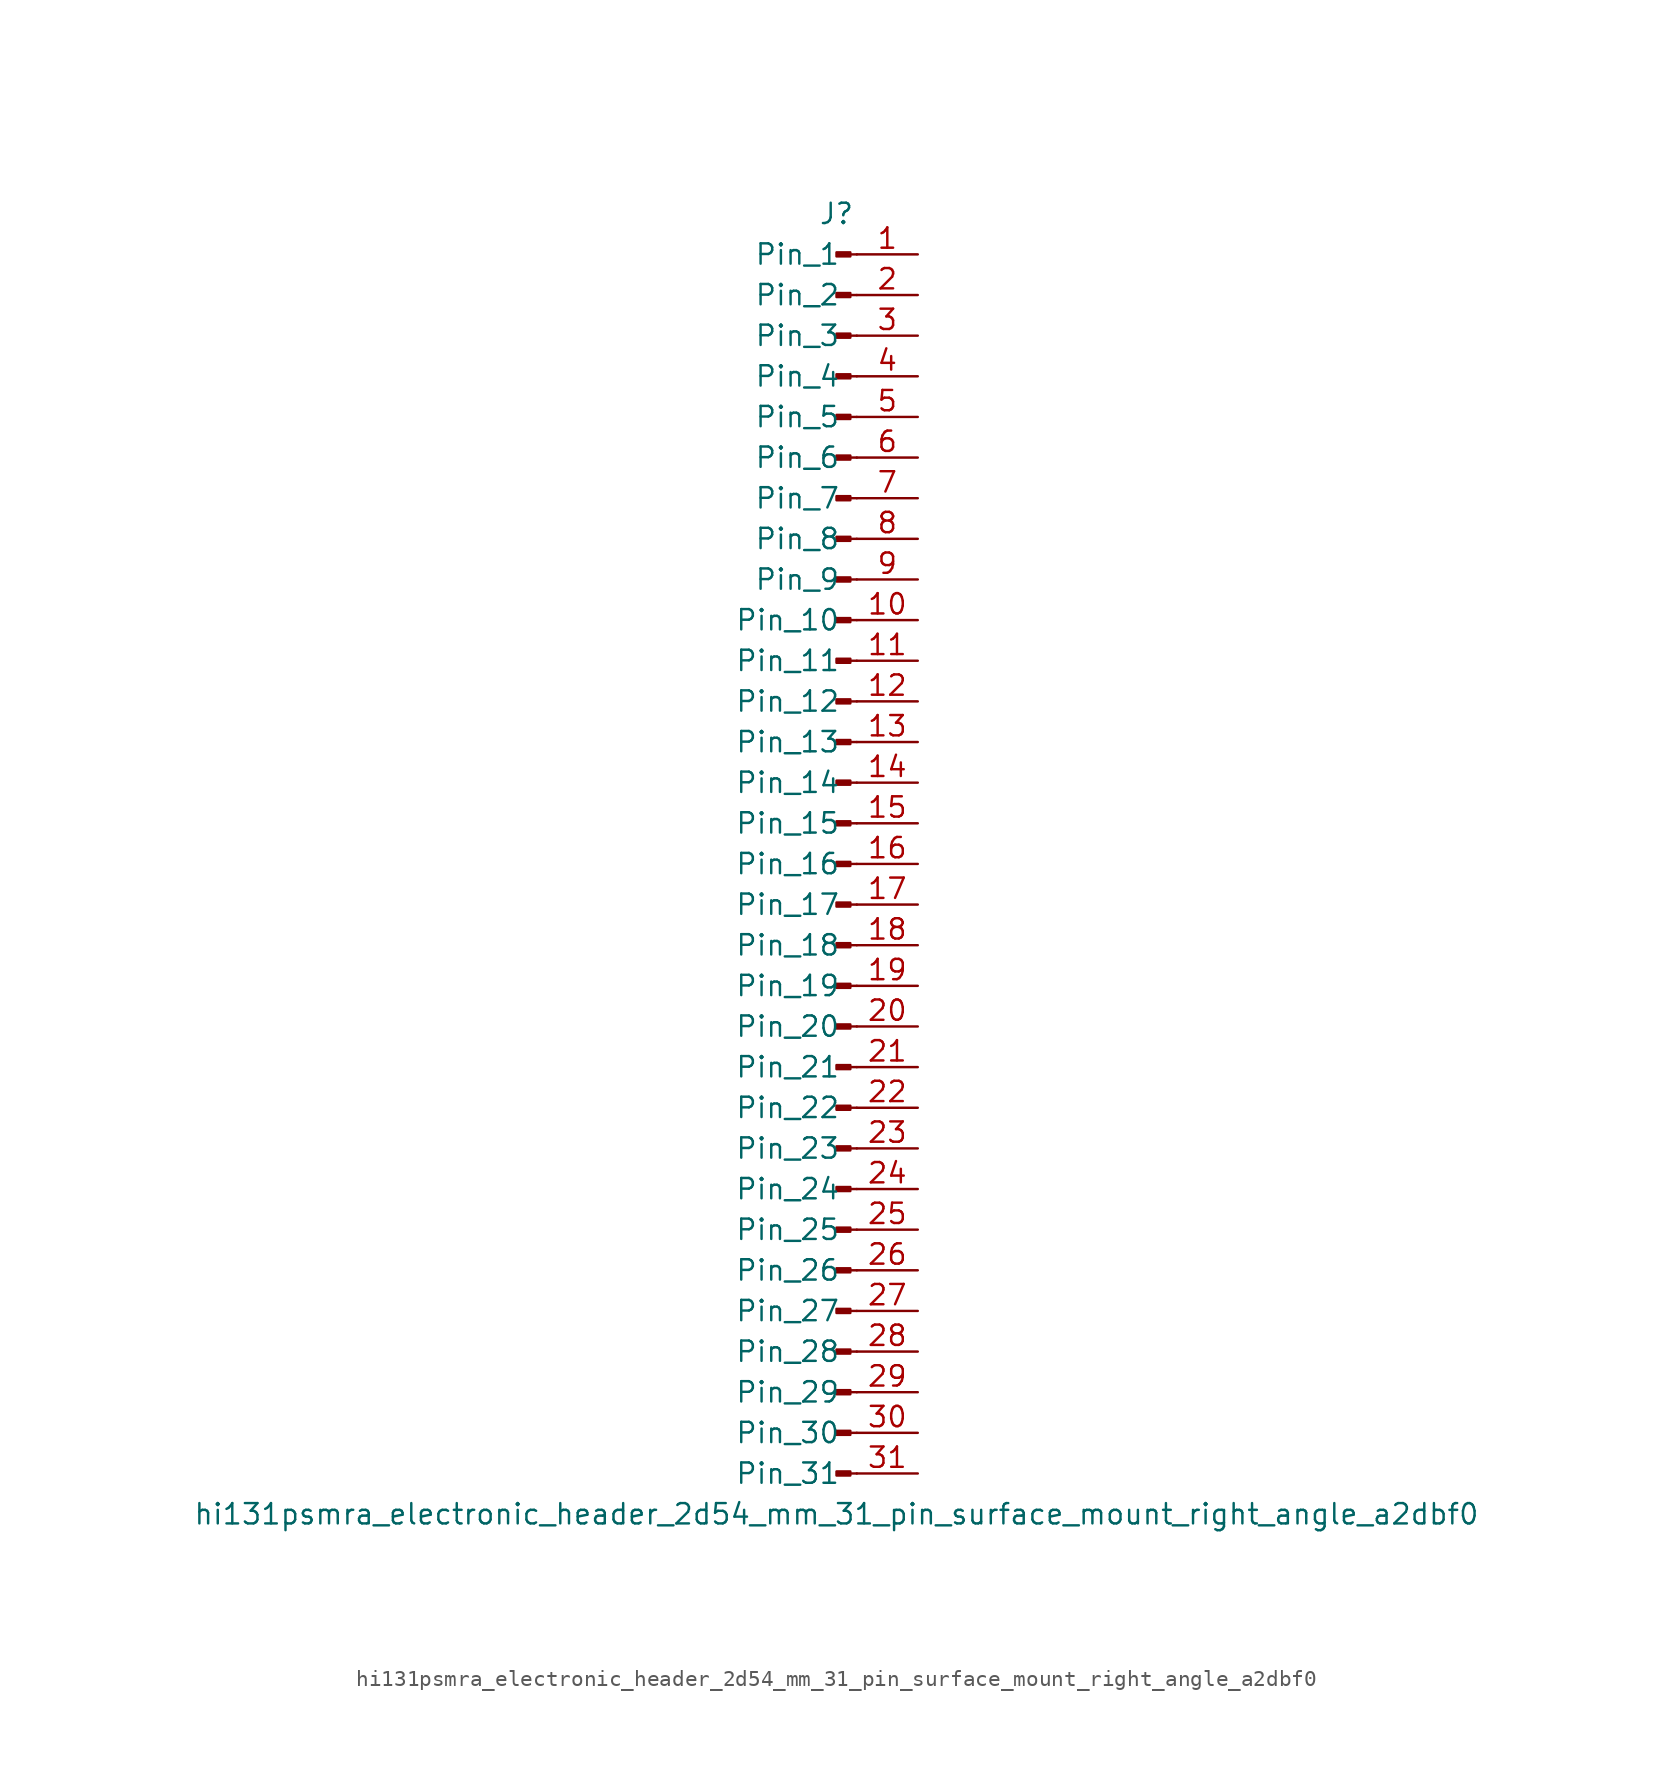
<source format=kicad_sym>
(kicad_symbol_lib
  (version 20220914)
  (generator kicad_symbol_editor)
  (symbol "hi131psmra_electronic_header_2d54_mm_31_pin_surface_mount_right_angle_a2dbf0"
    (pin_names
      (offset 1.016))
    (property "Reference" "J"
      (at 0 40.64 0)
      (effects (font (size 1.27 1.27))))
    (property "Value" "hi131psmra_electronic_header_2d54_mm_31_pin_surface_mount_right_angle_a2dbf0"
      (at 0 -40.64 0)
      (effects (font (size 1.27 1.27))))
    (property "ki_locked" ""
      (at 0 0 0)
      (effects (font (size 1.27 1.27))))
    (symbol "hi131psmra_electronic_header_2d54_mm_31_pin_surface_mount_right_angle_a2dbf0_1_1"
      (polyline (pts (xy 1.27 -38.1) (xy 0.864 -38.1)) (stroke (width 0.152) (type default)) (fill (type none)))
      (polyline (pts (xy 1.27 -35.56) (xy 0.864 -35.56)) (stroke (width 0.152) (type default)) (fill (type none)))
      (polyline (pts (xy 1.27 -33.02) (xy 0.864 -33.02)) (stroke (width 0.152) (type default)) (fill (type none)))
      (polyline (pts (xy 1.27 -30.48) (xy 0.864 -30.48)) (stroke (width 0.152) (type default)) (fill (type none)))
      (polyline (pts (xy 1.27 -27.94) (xy 0.864 -27.94)) (stroke (width 0.152) (type default)) (fill (type none)))
      (polyline (pts (xy 1.27 -25.4) (xy 0.864 -25.4)) (stroke (width 0.152) (type default)) (fill (type none)))
      (polyline (pts (xy 1.27 -22.86) (xy 0.864 -22.86)) (stroke (width 0.152) (type default)) (fill (type none)))
      (polyline (pts (xy 1.27 -20.32) (xy 0.864 -20.32)) (stroke (width 0.152) (type default)) (fill (type none)))
      (polyline (pts (xy 1.27 -17.78) (xy 0.864 -17.78)) (stroke (width 0.152) (type default)) (fill (type none)))
      (polyline (pts (xy 1.27 -15.24) (xy 0.864 -15.24)) (stroke (width 0.152) (type default)) (fill (type none)))
      (polyline (pts (xy 1.27 -12.7) (xy 0.864 -12.7)) (stroke (width 0.152) (type default)) (fill (type none)))
      (polyline (pts (xy 1.27 -10.16) (xy 0.864 -10.16)) (stroke (width 0.152) (type default)) (fill (type none)))
      (polyline (pts (xy 1.27 -7.62) (xy 0.864 -7.62)) (stroke (width 0.152) (type default)) (fill (type none)))
      (polyline (pts (xy 1.27 -5.08) (xy 0.864 -5.08)) (stroke (width 0.152) (type default)) (fill (type none)))
      (polyline (pts (xy 1.27 -2.54) (xy 0.864 -2.54)) (stroke (width 0.152) (type default)) (fill (type none)))
      (polyline (pts (xy 1.27 0) (xy 0.864 0)) (stroke (width 0.152) (type default)) (fill (type none)))
      (polyline (pts (xy 1.27 2.54) (xy 0.864 2.54)) (stroke (width 0.152) (type default)) (fill (type none)))
      (polyline (pts (xy 1.27 5.08) (xy 0.864 5.08)) (stroke (width 0.152) (type default)) (fill (type none)))
      (polyline (pts (xy 1.27 7.62) (xy 0.864 7.62)) (stroke (width 0.152) (type default)) (fill (type none)))
      (polyline (pts (xy 1.27 10.16) (xy 0.864 10.16)) (stroke (width 0.152) (type default)) (fill (type none)))
      (polyline (pts (xy 1.27 12.7) (xy 0.864 12.7)) (stroke (width 0.152) (type default)) (fill (type none)))
      (polyline (pts (xy 1.27 15.24) (xy 0.864 15.24)) (stroke (width 0.152) (type default)) (fill (type none)))
      (polyline (pts (xy 1.27 17.78) (xy 0.864 17.78)) (stroke (width 0.152) (type default)) (fill (type none)))
      (polyline (pts (xy 1.27 20.32) (xy 0.864 20.32)) (stroke (width 0.152) (type default)) (fill (type none)))
      (polyline (pts (xy 1.27 22.86) (xy 0.864 22.86)) (stroke (width 0.152) (type default)) (fill (type none)))
      (polyline (pts (xy 1.27 25.4) (xy 0.864 25.4)) (stroke (width 0.152) (type default)) (fill (type none)))
      (polyline (pts (xy 1.27 27.94) (xy 0.864 27.94)) (stroke (width 0.152) (type default)) (fill (type none)))
      (polyline (pts (xy 1.27 30.48) (xy 0.864 30.48)) (stroke (width 0.152) (type default)) (fill (type none)))
      (polyline (pts (xy 1.27 33.02) (xy 0.864 33.02)) (stroke (width 0.152) (type default)) (fill (type none)))
      (polyline (pts (xy 1.27 35.56) (xy 0.864 35.56)) (stroke (width 0.152) (type default)) (fill (type none)))
      (polyline (pts (xy 1.27 38.1) (xy 0.864 38.1)) (stroke (width 0.152) (type default)) (fill (type none)))
      (rectangle (start 0.864 -37.973) (end 0 -38.227) (stroke (width 0.152) (type default)) (fill (type outline)))
      (rectangle (start 0.864 -35.433) (end 0 -35.687) (stroke (width 0.152) (type default)) (fill (type outline)))
      (rectangle (start 0.864 -32.893) (end 0 -33.147) (stroke (width 0.152) (type default)) (fill (type outline)))
      (rectangle (start 0.864 -30.353) (end 0 -30.607) (stroke (width 0.152) (type default)) (fill (type outline)))
      (rectangle (start 0.864 -27.813) (end 0 -28.067) (stroke (width 0.152) (type default)) (fill (type outline)))
      (rectangle (start 0.864 -25.273) (end 0 -25.527) (stroke (width 0.152) (type default)) (fill (type outline)))
      (rectangle (start 0.864 -22.733) (end 0 -22.987) (stroke (width 0.152) (type default)) (fill (type outline)))
      (rectangle (start 0.864 -20.193) (end 0 -20.447) (stroke (width 0.152) (type default)) (fill (type outline)))
      (rectangle (start 0.864 -17.653) (end 0 -17.907) (stroke (width 0.152) (type default)) (fill (type outline)))
      (rectangle (start 0.864 -15.113) (end 0 -15.367) (stroke (width 0.152) (type default)) (fill (type outline)))
      (rectangle (start 0.864 -12.573) (end 0 -12.827) (stroke (width 0.152) (type default)) (fill (type outline)))
      (rectangle (start 0.864 -10.033) (end 0 -10.287) (stroke (width 0.152) (type default)) (fill (type outline)))
      (rectangle (start 0.864 -7.493) (end 0 -7.747) (stroke (width 0.152) (type default)) (fill (type outline)))
      (rectangle (start 0.864 -4.953) (end 0 -5.207) (stroke (width 0.152) (type default)) (fill (type outline)))
      (rectangle (start 0.864 -2.413) (end 0 -2.667) (stroke (width 0.152) (type default)) (fill (type outline)))
      (rectangle (start 0.864 0.127) (end 0 -0.127) (stroke (width 0.152) (type default)) (fill (type outline)))
      (rectangle (start 0.864 2.667) (end 0 2.413) (stroke (width 0.152) (type default)) (fill (type outline)))
      (rectangle (start 0.864 5.207) (end 0 4.953) (stroke (width 0.152) (type default)) (fill (type outline)))
      (rectangle (start 0.864 7.747) (end 0 7.493) (stroke (width 0.152) (type default)) (fill (type outline)))
      (rectangle (start 0.864 10.287) (end 0 10.033) (stroke (width 0.152) (type default)) (fill (type outline)))
      (rectangle (start 0.864 12.827) (end 0 12.573) (stroke (width 0.152) (type default)) (fill (type outline)))
      (rectangle (start 0.864 15.367) (end 0 15.113) (stroke (width 0.152) (type default)) (fill (type outline)))
      (rectangle (start 0.864 17.907) (end 0 17.653) (stroke (width 0.152) (type default)) (fill (type outline)))
      (rectangle (start 0.864 20.447) (end 0 20.193) (stroke (width 0.152) (type default)) (fill (type outline)))
      (rectangle (start 0.864 22.987) (end 0 22.733) (stroke (width 0.152) (type default)) (fill (type outline)))
      (rectangle (start 0.864 25.527) (end 0 25.273) (stroke (width 0.152) (type default)) (fill (type outline)))
      (rectangle (start 0.864 28.067) (end 0 27.813) (stroke (width 0.152) (type default)) (fill (type outline)))
      (rectangle (start 0.864 30.607) (end 0 30.353) (stroke (width 0.152) (type default)) (fill (type outline)))
      (rectangle (start 0.864 33.147) (end 0 32.893) (stroke (width 0.152) (type default)) (fill (type outline)))
      (rectangle (start 0.864 35.687) (end 0 35.433) (stroke (width 0.152) (type default)) (fill (type outline)))
      (rectangle (start 0.864 38.227) (end 0 37.973) (stroke (width 0.152) (type default)) (fill (type outline)))
      (pin passive line (at 5.08 38.1 180) (length 3.81) (name "Pin_1" (effects (font (size 1.27 1.27)))) (number "1" (effects (font (size 1.27 1.27)))))
      (pin passive line (at 5.08 15.24 180) (length 3.81) (name "Pin_10" (effects (font (size 1.27 1.27)))) (number "10" (effects (font (size 1.27 1.27)))))
      (pin passive line (at 5.08 12.7 180) (length 3.81) (name "Pin_11" (effects (font (size 1.27 1.27)))) (number "11" (effects (font (size 1.27 1.27)))))
      (pin passive line (at 5.08 10.16 180) (length 3.81) (name "Pin_12" (effects (font (size 1.27 1.27)))) (number "12" (effects (font (size 1.27 1.27)))))
      (pin passive line (at 5.08 7.62 180) (length 3.81) (name "Pin_13" (effects (font (size 1.27 1.27)))) (number "13" (effects (font (size 1.27 1.27)))))
      (pin passive line (at 5.08 5.08 180) (length 3.81) (name "Pin_14" (effects (font (size 1.27 1.27)))) (number "14" (effects (font (size 1.27 1.27)))))
      (pin passive line (at 5.08 2.54 180) (length 3.81) (name "Pin_15" (effects (font (size 1.27 1.27)))) (number "15" (effects (font (size 1.27 1.27)))))
      (pin passive line (at 5.08 0 180) (length 3.81) (name "Pin_16" (effects (font (size 1.27 1.27)))) (number "16" (effects (font (size 1.27 1.27)))))
      (pin passive line (at 5.08 -2.54 180) (length 3.81) (name "Pin_17" (effects (font (size 1.27 1.27)))) (number "17" (effects (font (size 1.27 1.27)))))
      (pin passive line (at 5.08 -5.08 180) (length 3.81) (name "Pin_18" (effects (font (size 1.27 1.27)))) (number "18" (effects (font (size 1.27 1.27)))))
      (pin passive line (at 5.08 -7.62 180) (length 3.81) (name "Pin_19" (effects (font (size 1.27 1.27)))) (number "19" (effects (font (size 1.27 1.27)))))
      (pin passive line (at 5.08 35.56 180) (length 3.81) (name "Pin_2" (effects (font (size 1.27 1.27)))) (number "2" (effects (font (size 1.27 1.27)))))
      (pin passive line (at 5.08 -10.16 180) (length 3.81) (name "Pin_20" (effects (font (size 1.27 1.27)))) (number "20" (effects (font (size 1.27 1.27)))))
      (pin passive line (at 5.08 -12.7 180) (length 3.81) (name "Pin_21" (effects (font (size 1.27 1.27)))) (number "21" (effects (font (size 1.27 1.27)))))
      (pin passive line (at 5.08 -15.24 180) (length 3.81) (name "Pin_22" (effects (font (size 1.27 1.27)))) (number "22" (effects (font (size 1.27 1.27)))))
      (pin passive line (at 5.08 -17.78 180) (length 3.81) (name "Pin_23" (effects (font (size 1.27 1.27)))) (number "23" (effects (font (size 1.27 1.27)))))
      (pin passive line (at 5.08 -20.32 180) (length 3.81) (name "Pin_24" (effects (font (size 1.27 1.27)))) (number "24" (effects (font (size 1.27 1.27)))))
      (pin passive line (at 5.08 -22.86 180) (length 3.81) (name "Pin_25" (effects (font (size 1.27 1.27)))) (number "25" (effects (font (size 1.27 1.27)))))
      (pin passive line (at 5.08 -25.4 180) (length 3.81) (name "Pin_26" (effects (font (size 1.27 1.27)))) (number "26" (effects (font (size 1.27 1.27)))))
      (pin passive line (at 5.08 -27.94 180) (length 3.81) (name "Pin_27" (effects (font (size 1.27 1.27)))) (number "27" (effects (font (size 1.27 1.27)))))
      (pin passive line (at 5.08 -30.48 180) (length 3.81) (name "Pin_28" (effects (font (size 1.27 1.27)))) (number "28" (effects (font (size 1.27 1.27)))))
      (pin passive line (at 5.08 -33.02 180) (length 3.81) (name "Pin_29" (effects (font (size 1.27 1.27)))) (number "29" (effects (font (size 1.27 1.27)))))
      (pin passive line (at 5.08 33.02 180) (length 3.81) (name "Pin_3" (effects (font (size 1.27 1.27)))) (number "3" (effects (font (size 1.27 1.27)))))
      (pin passive line (at 5.08 -35.56 180) (length 3.81) (name "Pin_30" (effects (font (size 1.27 1.27)))) (number "30" (effects (font (size 1.27 1.27)))))
      (pin passive line (at 5.08 -38.1 180) (length 3.81) (name "Pin_31" (effects (font (size 1.27 1.27)))) (number "31" (effects (font (size 1.27 1.27)))))
      (pin passive line (at 5.08 30.48 180) (length 3.81) (name "Pin_4" (effects (font (size 1.27 1.27)))) (number "4" (effects (font (size 1.27 1.27)))))
      (pin passive line (at 5.08 27.94 180) (length 3.81) (name "Pin_5" (effects (font (size 1.27 1.27)))) (number "5" (effects (font (size 1.27 1.27)))))
      (pin passive line (at 5.08 25.4 180) (length 3.81) (name "Pin_6" (effects (font (size 1.27 1.27)))) (number "6" (effects (font (size 1.27 1.27)))))
      (pin passive line (at 5.08 22.86 180) (length 3.81) (name "Pin_7" (effects (font (size 1.27 1.27)))) (number "7" (effects (font (size 1.27 1.27)))))
      (pin passive line (at 5.08 20.32 180) (length 3.81) (name "Pin_8" (effects (font (size 1.27 1.27)))) (number "8" (effects (font (size 1.27 1.27)))))
      (pin passive line (at 5.08 17.78 180) (length 3.81) (name "Pin_9" (effects (font (size 1.27 1.27)))) (number "9" (effects (font (size 1.27 1.27))))))))
</source>
